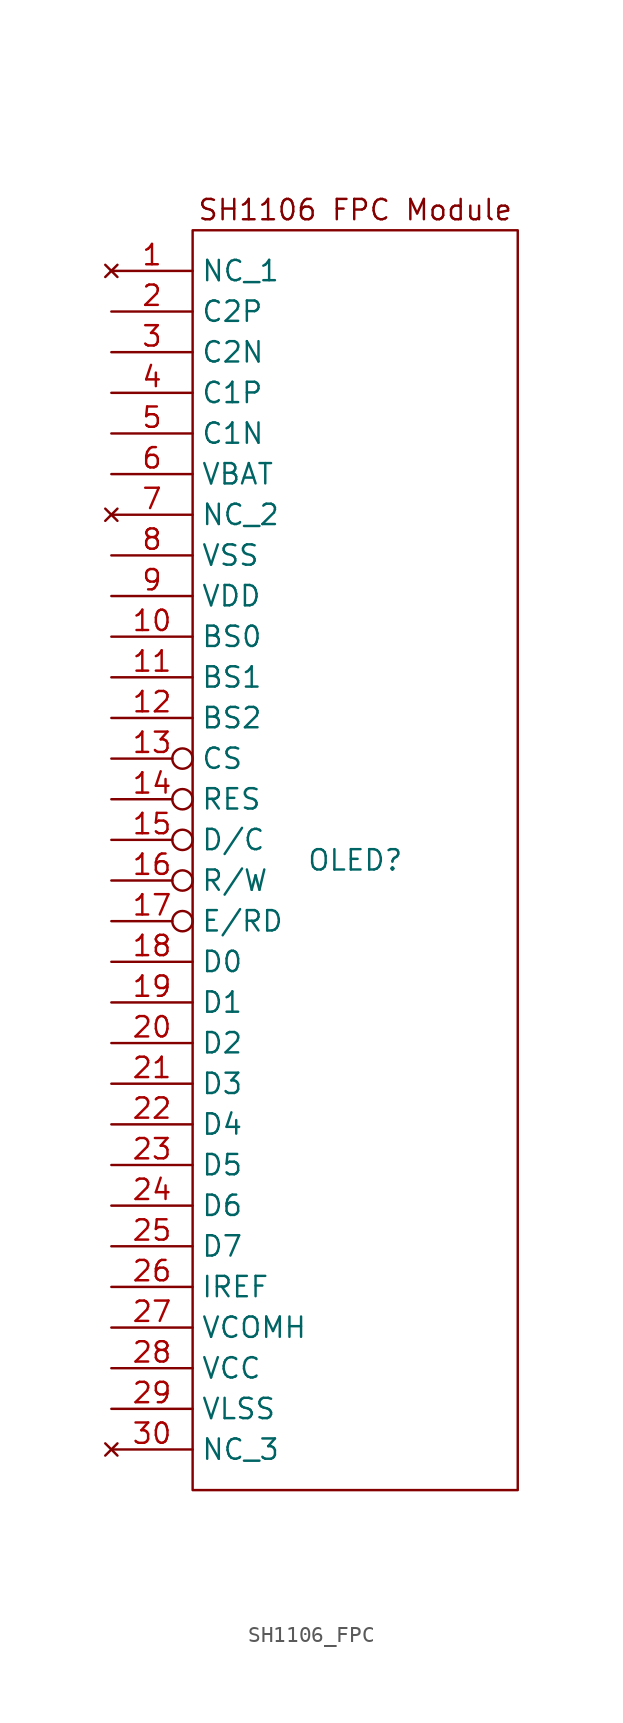
<source format=kicad_sym>
(kicad_symbol_lib
  (version 20241209)
  (generator "kicad_symbol_editor")
  (generator_version "9.0")
  (symbol "SH1106_FPC"
    (property "Reference" "OLED"
      (at 0 0 0)
      (effects (font (size 1.27 1.27))))
    (property "Value" ""
      (at 0 0 0)
      (effects (font (size 1.27 1.27))))
    (symbol "SH1106_FPC_0_1"
      (rectangle (start -10.16 39.37) (end 10.16 -39.37) (stroke (width 0) (type default)) (fill (type none))))
    (symbol "SH1106_FPC_1_1"
      (text "SH1106 FPC Module" (at 0 40.64 0) (effects (font (size 1.27 1.27))))
      (pin no_connect line (at -15.24 36.83 0) (length 5.08) (name "NC_1" (effects (font (size 1.27 1.27)))) (number "1" (effects (font (size 1.27 1.27)))))
      (pin passive line (at -15.24 34.29 0) (length 5.08) (name "C2P" (effects (font (size 1.27 1.27)))) (number "2" (effects (font (size 1.27 1.27)))))
      (pin passive line (at -15.24 31.75 0) (length 5.08) (name "C2N" (effects (font (size 1.27 1.27)))) (number "3" (effects (font (size 1.27 1.27)))))
      (pin passive line (at -15.24 29.21 0) (length 5.08) (name "C1P" (effects (font (size 1.27 1.27)))) (number "4" (effects (font (size 1.27 1.27)))))
      (pin passive line (at -15.24 26.67 0) (length 5.08) (name "C1N" (effects (font (size 1.27 1.27)))) (number "5" (effects (font (size 1.27 1.27)))))
      (pin power_in line (at -15.24 24.13 0) (length 5.08) (name "VBAT" (effects (font (size 1.27 1.27)))) (number "6" (effects (font (size 1.27 1.27)))))
      (pin no_connect line (at -15.24 21.59 0) (length 5.08) (name "NC_2" (effects (font (size 1.27 1.27)))) (number "7" (effects (font (size 1.27 1.27)))))
      (pin power_in line (at -15.24 19.05 0) (length 5.08) (name "VSS" (effects (font (size 1.27 1.27)))) (number "8" (effects (font (size 1.27 1.27)))))
      (pin power_in line (at -15.24 16.51 0) (length 5.08) (name "VDD" (effects (font (size 1.27 1.27)))) (number "9" (effects (font (size 1.27 1.27)))))
      (pin input line (at -15.24 13.97 0) (length 5.08) (name "BS0" (effects (font (size 1.27 1.27)))) (number "10" (effects (font (size 1.27 1.27)))))
      (pin input line (at -15.24 11.43 0) (length 5.08) (name "BS1" (effects (font (size 1.27 1.27)))) (number "11" (effects (font (size 1.27 1.27)))))
      (pin input line (at -15.24 8.89 0) (length 5.08) (name "BS2" (effects (font (size 1.27 1.27)))) (number "12" (effects (font (size 1.27 1.27)))))
      (pin input inverted (at -15.24 6.35 0) (length 5.08) (name "CS" (effects (font (size 1.27 1.27)))) (number "13" (effects (font (size 1.27 1.27)))))
      (pin input inverted (at -15.24 3.81 0) (length 5.08) (name "RES" (effects (font (size 1.27 1.27)))) (number "14" (effects (font (size 1.27 1.27)))))
      (pin input inverted (at -15.24 1.27 0) (length 5.08) (name "D/C" (effects (font (size 1.27 1.27)))) (number "15" (effects (font (size 1.27 1.27)))))
      (pin input inverted (at -15.24 -1.27 0) (length 5.08) (name "R/W" (effects (font (size 1.27 1.27)))) (number "16" (effects (font (size 1.27 1.27)))))
      (pin input inverted (at -15.24 -3.81 0) (length 5.08) (name "E/RD" (effects (font (size 1.27 1.27)))) (number "17" (effects (font (size 1.27 1.27)))))
      (pin bidirectional line (at -15.24 -6.35 0) (length 5.08) (name "D0" (effects (font (size 1.27 1.27)))) (number "18" (effects (font (size 1.27 1.27)))))
      (pin bidirectional line (at -15.24 -8.89 0) (length 5.08) (name "D1" (effects (font (size 1.27 1.27)))) (number "19" (effects (font (size 1.27 1.27)))))
      (pin bidirectional line (at -15.24 -11.43 0) (length 5.08) (name "D2" (effects (font (size 1.27 1.27)))) (number "20" (effects (font (size 1.27 1.27)))))
      (pin bidirectional line (at -15.24 -13.97 0) (length 5.08) (name "D3" (effects (font (size 1.27 1.27)))) (number "21" (effects (font (size 1.27 1.27)))))
      (pin bidirectional line (at -15.24 -16.51 0) (length 5.08) (name "D4" (effects (font (size 1.27 1.27)))) (number "22" (effects (font (size 1.27 1.27)))))
      (pin bidirectional line (at -15.24 -19.05 0) (length 5.08) (name "D5" (effects (font (size 1.27 1.27)))) (number "23" (effects (font (size 1.27 1.27)))))
      (pin bidirectional line (at -15.24 -21.59 0) (length 5.08) (name "D6" (effects (font (size 1.27 1.27)))) (number "24" (effects (font (size 1.27 1.27)))))
      (pin bidirectional line (at -15.24 -24.13 0) (length 5.08) (name "D7" (effects (font (size 1.27 1.27)))) (number "25" (effects (font (size 1.27 1.27)))))
      (pin passive line (at -15.24 -26.67 0) (length 5.08) (name "IREF" (effects (font (size 1.27 1.27)))) (number "26" (effects (font (size 1.27 1.27)))))
      (pin passive line (at -15.24 -29.21 0) (length 5.08) (name "VCOMH" (effects (font (size 1.27 1.27)))) (number "27" (effects (font (size 1.27 1.27)))))
      (pin power_in line (at -15.24 -31.75 0) (length 5.08) (name "VCC" (effects (font (size 1.27 1.27)))) (number "28" (effects (font (size 1.27 1.27)))))
      (pin power_in line (at -15.24 -34.29 0) (length 5.08) (name "VLSS" (effects (font (size 1.27 1.27)))) (number "29" (effects (font (size 1.27 1.27)))))
      (pin no_connect line (at -15.24 -36.83 0) (length 5.08) (name "NC_3" (effects (font (size 1.27 1.27)))) (number "30" (effects (font (size 1.27 1.27))))))))
</source>
